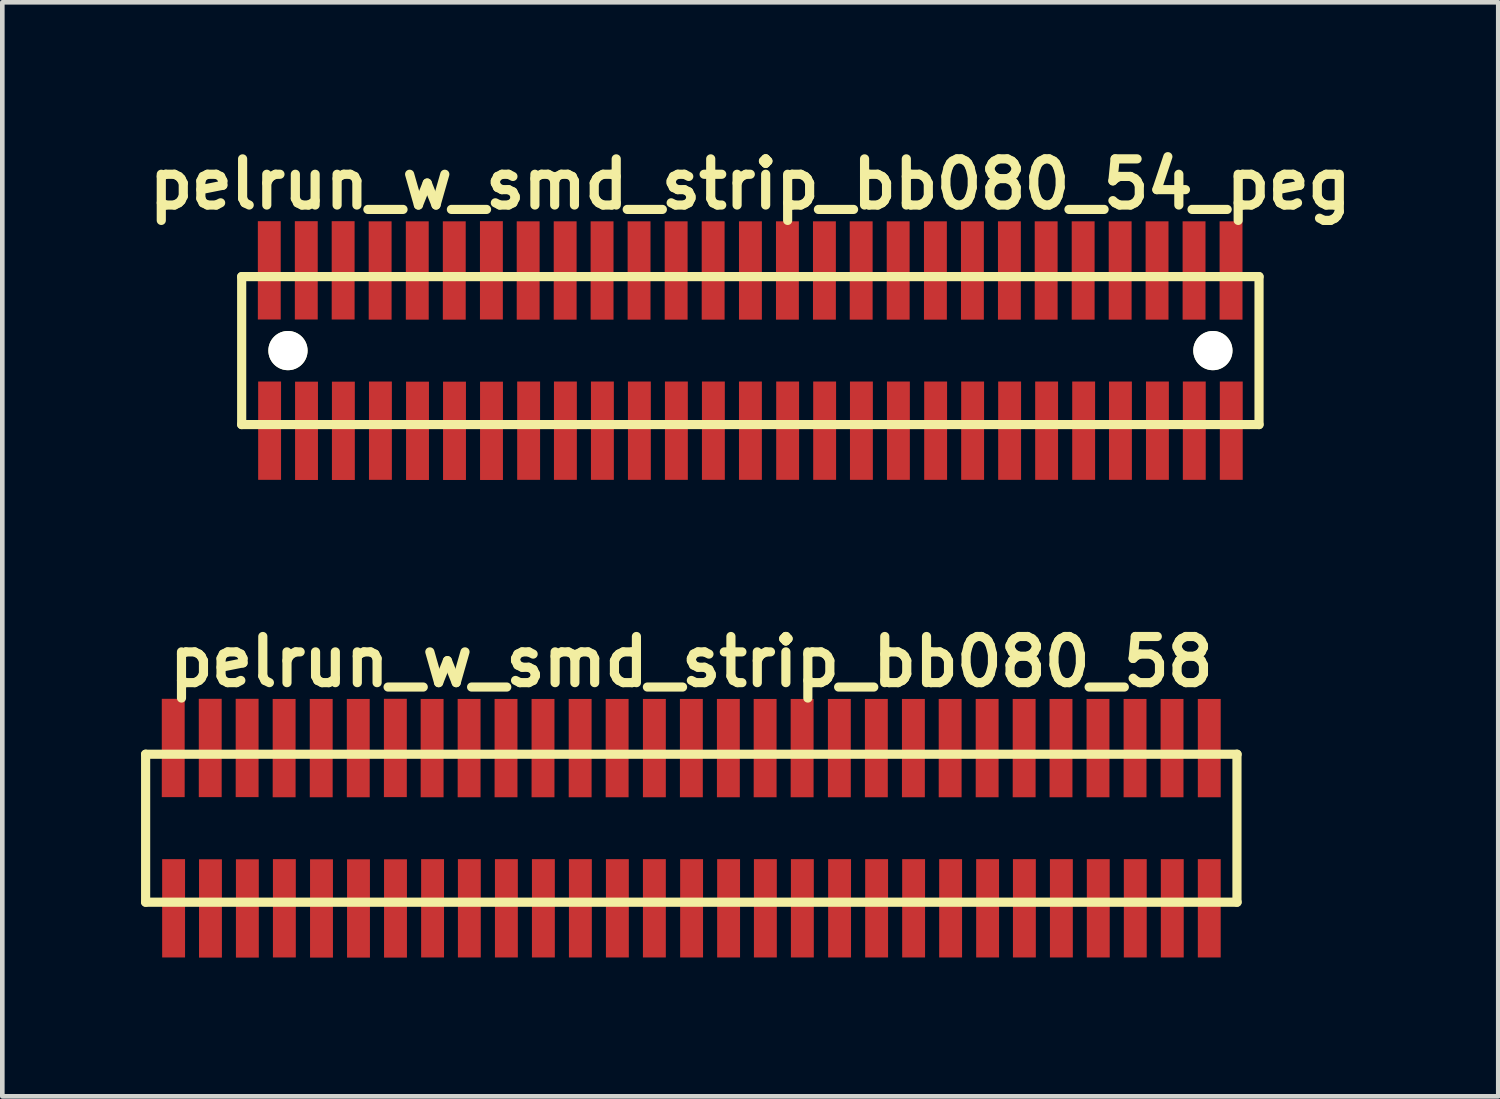
<source format=kicad_pcb>
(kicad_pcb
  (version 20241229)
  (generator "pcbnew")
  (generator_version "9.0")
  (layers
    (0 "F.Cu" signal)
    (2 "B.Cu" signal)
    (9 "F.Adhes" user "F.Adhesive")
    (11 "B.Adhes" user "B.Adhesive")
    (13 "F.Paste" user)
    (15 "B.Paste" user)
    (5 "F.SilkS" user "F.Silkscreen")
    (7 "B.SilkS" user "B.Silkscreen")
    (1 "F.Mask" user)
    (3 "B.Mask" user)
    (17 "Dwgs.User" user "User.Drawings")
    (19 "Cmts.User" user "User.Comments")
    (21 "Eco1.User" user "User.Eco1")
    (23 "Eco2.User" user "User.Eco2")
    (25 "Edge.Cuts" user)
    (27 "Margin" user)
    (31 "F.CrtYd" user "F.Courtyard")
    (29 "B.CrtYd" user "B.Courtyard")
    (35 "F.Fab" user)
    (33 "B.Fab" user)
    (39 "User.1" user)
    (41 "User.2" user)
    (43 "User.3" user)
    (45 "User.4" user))
  (footprint "pelrun_w_smd_strip_bb080_58"
    (layer "F.Cu")
    (at 11.9 14.859)
    (property "Reference" "pelrun_w_smd_strip_bb080_58" (at 0 -3.599 0) (layer "F.SilkS") (effects (font (size 0.998 0.998) (thickness 0.198))))
    (attr through_hole)
    (fp_line (start -11.801 -1.6) (end -11.801 1.6) (stroke (width 0.198) (type solid)) (layer "F.SilkS"))
    (fp_line (start -11.801 1.6) (end 11.801 1.6) (stroke (width 0.198) (type solid)) (layer "F.SilkS"))
    (fp_line (start 11.798 1.6) (end 11.798 -1.6) (stroke (width 0.198) (type solid)) (layer "F.SilkS"))
    (fp_line (start 11.801 -1.6) (end -11.801 -1.6) (stroke (width 0.198) (type solid)) (layer "F.SilkS"))
    (pad "1" smd rect (at -11.196 1.732) (size 0.495 2.126) (layers "F.Cu" "F.Mask" "F.Paste"))
    (pad "2" smd rect (at -11.204 -1.735) (size 0.495 2.126) (layers "F.Cu" "F.Mask" "F.Paste"))
    (pad "3" smd rect (at -10.399 1.735) (size 0.495 2.126) (layers "F.Cu" "F.Mask" "F.Paste"))
    (pad "4" smd rect (at -10.404 -1.735) (size 0.495 2.126) (layers "F.Cu" "F.Mask" "F.Paste"))
    (pad "5" smd rect (at -9.601 1.735) (size 0.495 2.126) (layers "F.Cu" "F.Mask" "F.Paste"))
    (pad "6" smd rect (at -9.606 -1.735) (size 0.495 2.126) (layers "F.Cu" "F.Mask" "F.Paste"))
    (pad "7" smd rect (at -8.801 1.732) (size 0.495 2.126) (layers "F.Cu" "F.Mask" "F.Paste"))
    (pad "8" smd rect (at -8.806 -1.732) (size 0.495 2.126) (layers "F.Cu" "F.Mask" "F.Paste"))
    (pad "9" smd rect (at -7.998 1.735) (size 0.495 2.126) (layers "F.Cu" "F.Mask" "F.Paste"))
    (pad "10" smd rect (at -8.004 -1.732) (size 0.495 2.126) (layers "F.Cu" "F.Mask" "F.Paste"))
    (pad "11" smd rect (at -7.198 1.735) (size 0.495 2.126) (layers "F.Cu" "F.Mask" "F.Paste"))
    (pad "12" smd rect (at -7.203 -1.732) (size 0.495 2.126) (layers "F.Cu" "F.Mask" "F.Paste"))
    (pad "13" smd rect (at -6.398 1.735) (size 0.495 2.126) (layers "F.Cu" "F.Mask" "F.Paste"))
    (pad "14" smd rect (at -6.401 -1.735) (size 0.495 2.126) (layers "F.Cu" "F.Mask" "F.Paste"))
    (pad "15" smd rect (at -5.596 1.732) (size 0.495 2.126) (layers "F.Cu" "F.Mask" "F.Paste"))
    (pad "16" smd rect (at -5.606 -1.732) (size 0.495 2.126) (layers "F.Cu" "F.Mask" "F.Paste"))
    (pad "17" smd rect (at -4.801 1.732) (size 0.495 2.126) (layers "F.Cu" "F.Mask" "F.Paste"))
    (pad "18" smd rect (at -4.806 -1.732) (size 0.495 2.126) (layers "F.Cu" "F.Mask" "F.Paste"))
    (pad "19" smd rect (at -4 1.732) (size 0.495 2.126) (layers "F.Cu" "F.Mask" "F.Paste"))
    (pad "20" smd rect (at -4.008 -1.732) (size 0.495 2.126) (layers "F.Cu" "F.Mask" "F.Paste"))
    (pad "21" smd rect (at -3.2 1.732) (size 0.495 2.126) (layers "F.Cu" "F.Mask" "F.Paste"))
    (pad "22" smd rect (at -3.208 -1.732) (size 0.495 2.126) (layers "F.Cu" "F.Mask" "F.Paste"))
    (pad "23" smd rect (at -2.4 1.732) (size 0.495 2.126) (layers "F.Cu" "F.Mask" "F.Paste"))
    (pad "24" smd rect (at -2.405 -1.732) (size 0.495 2.126) (layers "F.Cu" "F.Mask" "F.Paste"))
    (pad "25" smd rect (at -1.6 1.732) (size 0.495 2.126) (layers "F.Cu" "F.Mask" "F.Paste"))
    (pad "26" smd rect (at -1.605 -1.732) (size 0.495 2.126) (layers "F.Cu" "F.Mask" "F.Paste"))
    (pad "27" smd rect (at -0.8 1.732) (size 0.495 2.126) (layers "F.Cu" "F.Mask" "F.Paste"))
    (pad "28" smd rect (at -0.8 -1.732) (size 0.495 2.126) (layers "F.Cu" "F.Mask" "F.Paste"))
    (pad "29" smd rect (at 0.005 1.732) (size 0.495 2.126) (layers "F.Cu" "F.Mask" "F.Paste"))
    (pad "30" smd rect (at 0 -1.732) (size 0.495 2.126) (layers "F.Cu" "F.Mask" "F.Paste"))
    (pad "31" smd rect (at 0.805 1.732) (size 0.495 2.126) (layers "F.Cu" "F.Mask" "F.Paste"))
    (pad "32" smd rect (at 0.8 -1.732) (size 0.495 2.126) (layers "F.Cu" "F.Mask" "F.Paste"))
    (pad "33" smd rect (at 1.6 1.732) (size 0.495 2.126) (layers "F.Cu" "F.Mask" "F.Paste"))
    (pad "34" smd rect (at 1.595 -1.732) (size 0.495 2.126) (layers "F.Cu" "F.Mask" "F.Paste"))
    (pad "35" smd rect (at 2.4 1.732) (size 0.495 2.126) (layers "F.Cu" "F.Mask" "F.Paste"))
    (pad "36" smd rect (at 2.395 -1.732) (size 0.495 2.126) (layers "F.Cu" "F.Mask" "F.Paste"))
    (pad "37" smd rect (at 3.205 1.732) (size 0.495 2.126) (layers "F.Cu" "F.Mask" "F.Paste"))
    (pad "38" smd rect (at 3.2 -1.732) (size 0.495 2.126) (layers "F.Cu" "F.Mask" "F.Paste"))
    (pad "39" smd rect (at 4.006 1.732) (size 0.495 2.126) (layers "F.Cu" "F.Mask" "F.Paste"))
    (pad "40" smd rect (at 4 -1.732) (size 0.495 2.126) (layers "F.Cu" "F.Mask" "F.Paste"))
    (pad "41" smd rect (at 4.806 1.732) (size 0.495 2.126) (layers "F.Cu" "F.Mask" "F.Paste"))
    (pad "42" smd rect (at 4.801 -1.732) (size 0.495 2.126) (layers "F.Cu" "F.Mask" "F.Paste"))
    (pad "43" smd rect (at 5.606 1.732) (size 0.495 2.126) (layers "F.Cu" "F.Mask" "F.Paste"))
    (pad "44" smd rect (at 5.596 -1.732) (size 0.495 2.126) (layers "F.Cu" "F.Mask" "F.Paste"))
    (pad "45" smd rect (at 6.406 1.732) (size 0.495 2.126) (layers "F.Cu" "F.Mask" "F.Paste"))
    (pad "46" smd rect (at 6.396 -1.732) (size 0.495 2.126) (layers "F.Cu" "F.Mask" "F.Paste"))
    (pad "47" smd rect (at 7.201 1.732) (size 0.495 2.126) (layers "F.Cu" "F.Mask" "F.Paste"))
    (pad "48" smd rect (at 7.196 -1.732) (size 0.495 2.126) (layers "F.Cu" "F.Mask" "F.Paste"))
    (pad "49" smd rect (at 8.001 1.732) (size 0.495 2.126) (layers "F.Cu" "F.Mask" "F.Paste"))
    (pad "50" smd rect (at 7.993 -1.732) (size 0.495 2.126) (layers "F.Cu" "F.Mask" "F.Paste"))
    (pad "51" smd rect (at 8.799 1.732) (size 0.495 2.126) (layers "F.Cu" "F.Mask" "F.Paste"))
    (pad "52" smd rect (at 8.793 -1.732) (size 0.495 2.126) (layers "F.Cu" "F.Mask" "F.Paste"))
    (pad "53" smd rect (at 9.599 1.732) (size 0.495 2.126) (layers "F.Cu" "F.Mask" "F.Paste"))
    (pad "54" smd rect (at 9.594 -1.732) (size 0.495 2.126) (layers "F.Cu" "F.Mask" "F.Paste"))
    (pad "55" smd rect (at 10.399 1.732) (size 0.495 2.126) (layers "F.Cu" "F.Mask" "F.Paste"))
    (pad "56" smd rect (at 10.394 -1.732) (size 0.495 2.126) (layers "F.Cu" "F.Mask" "F.Paste"))
    (pad "57" smd rect (at 11.199 1.732) (size 0.495 2.126) (layers "F.Cu" "F.Mask" "F.Paste"))
    (pad "58" smd rect (at 11.199 -1.732) (size 0.495 2.126) (layers "F.Cu" "F.Mask" "F.Paste")))
  (footprint "pelrun_w_smd_strip_bb080_54_peg"
    (layer "F.Cu")
    (at 13.174 4.531)
    (property "Reference" "pelrun_w_smd_strip_bb080_54_peg" (at 0 -3.599 0) (layer "F.SilkS") (effects (font (size 0.998 0.998) (thickness 0.198))))
    (attr through_hole)
    (fp_line (start -10.998 -1.6) (end -10.998 1.6) (stroke (width 0.198) (type solid)) (layer "F.SilkS"))
    (fp_line (start -10.998 1.6) (end 11.001 1.6) (stroke (width 0.198) (type solid)) (layer "F.SilkS"))
    (fp_line (start 11.001 -1.6) (end -10.998 -1.6) (stroke (width 0.198) (type solid)) (layer "F.SilkS"))
    (fp_line (start 11.001 1.6) (end 11.001 -1.6) (stroke (width 0.198) (type solid)) (layer "F.SilkS"))
    (pad "" np_thru_hole circle (at -9.997 0) (size 0.848 0.848) (drill 0.848) (layers "*.Cu" "*.Mask" "F.SilkS"))
    (pad "" np_thru_hole circle (at 10.003 0) (size 0.848 0.848) (drill 0.848) (layers "*.Cu" "*.Mask" "F.SilkS"))
    (pad "1" smd rect (at -10.394 1.732) (size 0.495 2.126) (layers "F.Cu" "F.Mask" "F.Paste"))
    (pad "2" smd rect (at -10.401 -1.735) (size 0.495 2.126) (layers "F.Cu" "F.Mask" "F.Paste"))
    (pad "3" smd rect (at -9.596 1.735) (size 0.495 2.126) (layers "F.Cu" "F.Mask" "F.Paste"))
    (pad "4" smd rect (at -9.601 -1.735) (size 0.495 2.126) (layers "F.Cu" "F.Mask" "F.Paste"))
    (pad "5" smd rect (at -8.799 1.735) (size 0.495 2.126) (layers "F.Cu" "F.Mask" "F.Paste"))
    (pad "6" smd rect (at -8.804 -1.735) (size 0.495 2.126) (layers "F.Cu" "F.Mask" "F.Paste"))
    (pad "7" smd rect (at -7.998 1.732) (size 0.495 2.126) (layers "F.Cu" "F.Mask" "F.Paste"))
    (pad "8" smd rect (at -8.004 -1.732) (size 0.495 2.126) (layers "F.Cu" "F.Mask" "F.Paste"))
    (pad "9" smd rect (at -7.196 1.735) (size 0.495 2.126) (layers "F.Cu" "F.Mask" "F.Paste"))
    (pad "10" smd rect (at -7.201 -1.732) (size 0.495 2.126) (layers "F.Cu" "F.Mask" "F.Paste"))
    (pad "11" smd rect (at -6.396 1.735) (size 0.495 2.126) (layers "F.Cu" "F.Mask" "F.Paste"))
    (pad "12" smd rect (at -6.401 -1.732) (size 0.495 2.126) (layers "F.Cu" "F.Mask" "F.Paste"))
    (pad "13" smd rect (at -5.596 1.735) (size 0.495 2.126) (layers "F.Cu" "F.Mask" "F.Paste"))
    (pad "14" smd rect (at -5.598 -1.735) (size 0.495 2.126) (layers "F.Cu" "F.Mask" "F.Paste"))
    (pad "15" smd rect (at -4.793 1.732) (size 0.495 2.126) (layers "F.Cu" "F.Mask" "F.Paste"))
    (pad "16" smd rect (at -4.803 -1.732) (size 0.495 2.126) (layers "F.Cu" "F.Mask" "F.Paste"))
    (pad "17" smd rect (at -3.998 1.732) (size 0.495 2.126) (layers "F.Cu" "F.Mask" "F.Paste"))
    (pad "18" smd rect (at -4.003 -1.732) (size 0.495 2.126) (layers "F.Cu" "F.Mask" "F.Paste"))
    (pad "19" smd rect (at -3.198 1.732) (size 0.495 2.126) (layers "F.Cu" "F.Mask" "F.Paste"))
    (pad "20" smd rect (at -3.205 -1.732) (size 0.495 2.126) (layers "F.Cu" "F.Mask" "F.Paste"))
    (pad "21" smd rect (at -2.398 1.732) (size 0.495 2.126) (layers "F.Cu" "F.Mask" "F.Paste"))
    (pad "22" smd rect (at -2.405 -1.732) (size 0.495 2.126) (layers "F.Cu" "F.Mask" "F.Paste"))
    (pad "23" smd rect (at -1.598 1.732) (size 0.495 2.126) (layers "F.Cu" "F.Mask" "F.Paste"))
    (pad "24" smd rect (at -1.603 -1.732) (size 0.495 2.126) (layers "F.Cu" "F.Mask" "F.Paste"))
    (pad "25" smd rect (at -0.798 1.732) (size 0.495 2.126) (layers "F.Cu" "F.Mask" "F.Paste"))
    (pad "26" smd rect (at -0.803 -1.732) (size 0.495 2.126) (layers "F.Cu" "F.Mask" "F.Paste"))
    (pad "27" smd rect (at 0.003 1.732) (size 0.495 2.126) (layers "F.Cu" "F.Mask" "F.Paste"))
    (pad "28" smd rect (at 0.003 -1.732) (size 0.495 2.126) (layers "F.Cu" "F.Mask" "F.Paste"))
    (pad "29" smd rect (at 0.808 1.732) (size 0.495 2.126) (layers "F.Cu" "F.Mask" "F.Paste"))
    (pad "30" smd rect (at 0.803 -1.732) (size 0.495 2.126) (layers "F.Cu" "F.Mask" "F.Paste"))
    (pad "31" smd rect (at 1.608 1.732) (size 0.495 2.126) (layers "F.Cu" "F.Mask" "F.Paste"))
    (pad "32" smd rect (at 1.603 -1.732) (size 0.495 2.126) (layers "F.Cu" "F.Mask" "F.Paste"))
    (pad "33" smd rect (at 2.403 1.732) (size 0.495 2.126) (layers "F.Cu" "F.Mask" "F.Paste"))
    (pad "34" smd rect (at 2.398 -1.732) (size 0.495 2.126) (layers "F.Cu" "F.Mask" "F.Paste"))
    (pad "35" smd rect (at 3.203 1.732) (size 0.495 2.126) (layers "F.Cu" "F.Mask" "F.Paste"))
    (pad "36" smd rect (at 3.198 -1.732) (size 0.495 2.126) (layers "F.Cu" "F.Mask" "F.Paste"))
    (pad "37" smd rect (at 4.008 1.732) (size 0.495 2.126) (layers "F.Cu" "F.Mask" "F.Paste"))
    (pad "38" smd rect (at 4.003 -1.732) (size 0.495 2.126) (layers "F.Cu" "F.Mask" "F.Paste"))
    (pad "39" smd rect (at 4.808 1.732) (size 0.495 2.126) (layers "F.Cu" "F.Mask" "F.Paste"))
    (pad "40" smd rect (at 4.803 -1.732) (size 0.495 2.126) (layers "F.Cu" "F.Mask" "F.Paste"))
    (pad "41" smd rect (at 5.608 1.732) (size 0.495 2.126) (layers "F.Cu" "F.Mask" "F.Paste"))
    (pad "42" smd rect (at 5.603 -1.732) (size 0.495 2.126) (layers "F.Cu" "F.Mask" "F.Paste"))
    (pad "43" smd rect (at 6.408 1.732) (size 0.495 2.126) (layers "F.Cu" "F.Mask" "F.Paste"))
    (pad "44" smd rect (at 6.398 -1.732) (size 0.495 2.126) (layers "F.Cu" "F.Mask" "F.Paste"))
    (pad "45" smd rect (at 7.209 1.732) (size 0.495 2.126) (layers "F.Cu" "F.Mask" "F.Paste"))
    (pad "46" smd rect (at 7.198 -1.732) (size 0.495 2.126) (layers "F.Cu" "F.Mask" "F.Paste"))
    (pad "47" smd rect (at 8.004 1.732) (size 0.495 2.126) (layers "F.Cu" "F.Mask" "F.Paste"))
    (pad "48" smd rect (at 7.998 -1.732) (size 0.495 2.126) (layers "F.Cu" "F.Mask" "F.Paste"))
    (pad "49" smd rect (at 8.804 1.732) (size 0.495 2.126) (layers "F.Cu" "F.Mask" "F.Paste"))
    (pad "50" smd rect (at 8.796 -1.732) (size 0.495 2.126) (layers "F.Cu" "F.Mask" "F.Paste"))
    (pad "51" smd rect (at 9.601 1.732) (size 0.495 2.126) (layers "F.Cu" "F.Mask" "F.Paste"))
    (pad "52" smd rect (at 9.596 -1.732) (size 0.495 2.126) (layers "F.Cu" "F.Mask" "F.Paste"))
    (pad "53" smd rect (at 10.401 1.732) (size 0.495 2.126) (layers "F.Cu" "F.Mask" "F.Paste"))
    (pad "54" smd rect (at 10.396 -1.732) (size 0.495 2.126) (layers "F.Cu" "F.Mask" "F.Paste")))
  (gr_rect
    (start -3 -3)
    (end 29.348 20.657)
    (stroke (width 0.1) (type default))
    (fill no)
    (layer "Edge.Cuts")))
</source>
